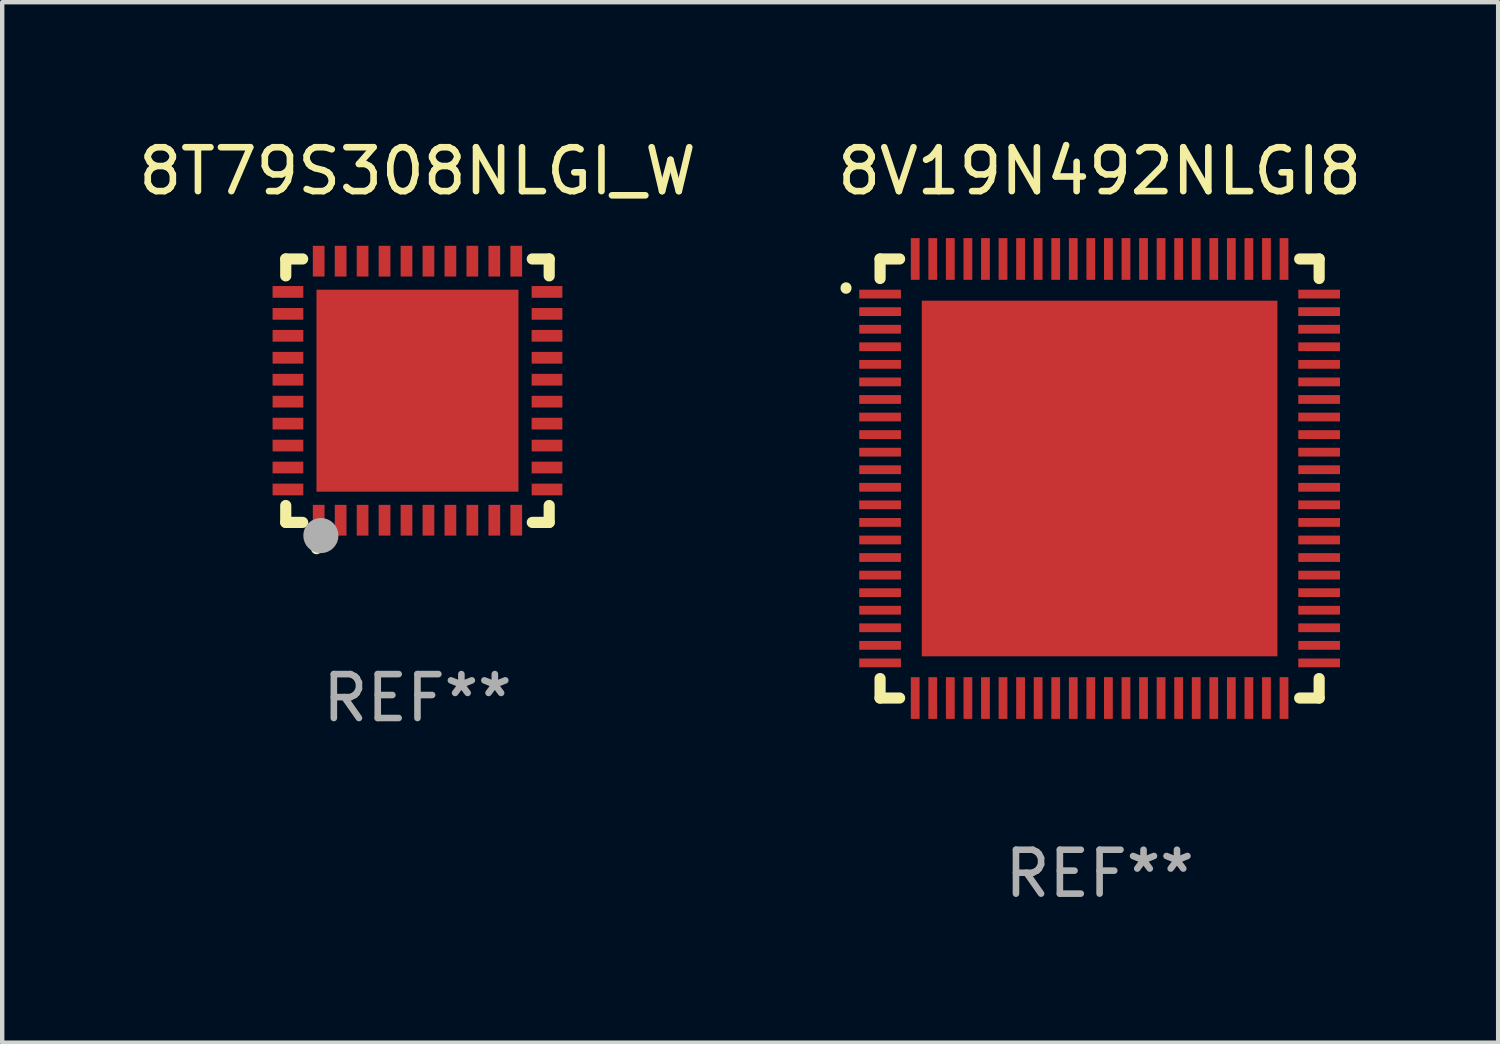
<source format=kicad_pcb>
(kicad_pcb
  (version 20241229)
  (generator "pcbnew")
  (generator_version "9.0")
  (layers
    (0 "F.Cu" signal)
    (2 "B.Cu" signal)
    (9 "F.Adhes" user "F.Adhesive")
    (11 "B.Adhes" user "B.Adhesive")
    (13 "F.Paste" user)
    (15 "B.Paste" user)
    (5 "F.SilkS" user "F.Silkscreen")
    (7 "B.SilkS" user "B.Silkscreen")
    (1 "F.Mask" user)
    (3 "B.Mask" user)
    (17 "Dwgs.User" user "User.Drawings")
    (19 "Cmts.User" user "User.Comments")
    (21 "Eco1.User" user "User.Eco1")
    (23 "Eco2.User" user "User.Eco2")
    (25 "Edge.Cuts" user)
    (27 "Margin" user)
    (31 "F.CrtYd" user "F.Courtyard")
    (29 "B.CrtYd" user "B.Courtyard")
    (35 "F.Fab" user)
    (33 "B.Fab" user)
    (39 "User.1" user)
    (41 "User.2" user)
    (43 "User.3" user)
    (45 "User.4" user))
  (footprint "8V19N492NLGI8"
    (layer "F.Cu")
    (at 21.994 7.848)
    (property "Reference" "8V19N492NLGI8" (at 0 -7 0) (layer "F.SilkS") (effects (font (size 1 1) (thickness 0.15))))
    (attr through_hole)
    (fp_line (start -5 -5) (end -5 -4.555) (stroke (width 0.254) (type solid)) (layer "F.SilkS"))
    (fp_line (start -5 -5) (end -4.555 -5) (stroke (width 0.254) (type solid)) (layer "F.SilkS"))
    (fp_line (start -5 4.556) (end -5 5) (stroke (width 0.254) (type solid)) (layer "F.SilkS"))
    (fp_line (start -4.555 5) (end -5 5) (stroke (width 0.254) (type solid)) (layer "F.SilkS"))
    (fp_line (start 4.556 -5) (end 5 -5) (stroke (width 0.254) (type solid)) (layer "F.SilkS"))
    (fp_line (start 5 -5) (end 5 -4.555) (stroke (width 0.254) (type solid)) (layer "F.SilkS"))
    (fp_line (start 5 4.556) (end 5 5) (stroke (width 0.254) (type solid)) (layer "F.SilkS"))
    (fp_line (start 5 5) (end 4.556 5) (stroke (width 0.254) (type solid)) (layer "F.SilkS"))
    (fp_arc (start -5.775934 -4.332042) (mid -5.775816 -4.337597) (end -5.775451 -4.343142) (stroke (width 0.249987) (type solid)) (layer "F.SilkS"))
    (fp_text user "REF**" (at 0 9 0) (layer "F.Fab") (effects (font (size 1 1) (thickness 0.15))))
    (pad "1" smd rect (at -5 -4.2 270) (size 0.2 0.95) (layers "F.Cu" "F.Mask" "F.Paste"))
    (pad "2" smd rect (at -5 -3.8 270) (size 0.2 0.95) (layers "F.Cu" "F.Mask" "F.Paste"))
    (pad "3" smd rect (at -5 -3.4 270) (size 0.2 0.95) (layers "F.Cu" "F.Mask" "F.Paste"))
    (pad "4" smd rect (at -5 -3 270) (size 0.2 0.95) (layers "F.Cu" "F.Mask" "F.Paste"))
    (pad "5" smd rect (at -5 -2.6 270) (size 0.2 0.95) (layers "F.Cu" "F.Mask" "F.Paste"))
    (pad "6" smd rect (at -5 -2.2 270) (size 0.2 0.95) (layers "F.Cu" "F.Mask" "F.Paste"))
    (pad "7" smd rect (at -5 -1.8 270) (size 0.2 0.95) (layers "F.Cu" "F.Mask" "F.Paste"))
    (pad "8" smd rect (at -5 -1.4 270) (size 0.2 0.95) (layers "F.Cu" "F.Mask" "F.Paste"))
    (pad "9" smd rect (at -5 -1 270) (size 0.2 0.95) (layers "F.Cu" "F.Mask" "F.Paste"))
    (pad "10" smd rect (at -5 -0.6 270) (size 0.2 0.95) (layers "F.Cu" "F.Mask" "F.Paste"))
    (pad "11" smd rect (at -5 -0.2 270) (size 0.2 0.95) (layers "F.Cu" "F.Mask" "F.Paste"))
    (pad "12" smd rect (at -5 0.2 270) (size 0.2 0.95) (layers "F.Cu" "F.Mask" "F.Paste"))
    (pad "13" smd rect (at -5 0.6 270) (size 0.2 0.95) (layers "F.Cu" "F.Mask" "F.Paste"))
    (pad "14" smd rect (at -5 1 270) (size 0.2 0.95) (layers "F.Cu" "F.Mask" "F.Paste"))
    (pad "15" smd rect (at -5 1.4 270) (size 0.2 0.95) (layers "F.Cu" "F.Mask" "F.Paste"))
    (pad "16" smd rect (at -5 1.8 270) (size 0.2 0.95) (layers "F.Cu" "F.Mask" "F.Paste"))
    (pad "17" smd rect (at -5 2.2 270) (size 0.2 0.95) (layers "F.Cu" "F.Mask" "F.Paste"))
    (pad "18" smd rect (at -5 2.6 270) (size 0.2 0.95) (layers "F.Cu" "F.Mask" "F.Paste"))
    (pad "19" smd rect (at -5 3 270) (size 0.2 0.95) (layers "F.Cu" "F.Mask" "F.Paste"))
    (pad "20" smd rect (at -5 3.4 270) (size 0.2 0.95) (layers "F.Cu" "F.Mask" "F.Paste"))
    (pad "21" smd rect (at -5 3.8 270) (size 0.2 0.95) (layers "F.Cu" "F.Mask" "F.Paste"))
    (pad "22" smd rect (at -5 4.2 270) (size 0.2 0.95) (layers "F.Cu" "F.Mask" "F.Paste"))
    (pad "23" smd rect (at -4.2 5 270) (size 0.95 0.2) (layers "F.Cu" "F.Mask" "F.Paste"))
    (pad "24" smd rect (at -3.8 5 270) (size 0.95 0.2) (layers "F.Cu" "F.Mask" "F.Paste"))
    (pad "25" smd rect (at -3.4 5 270) (size 0.95 0.2) (layers "F.Cu" "F.Mask" "F.Paste"))
    (pad "26" smd rect (at -3 5 270) (size 0.95 0.2) (layers "F.Cu" "F.Mask" "F.Paste"))
    (pad "27" smd rect (at -2.6 5 270) (size 0.95 0.2) (layers "F.Cu" "F.Mask" "F.Paste"))
    (pad "28" smd rect (at -2.2 5 270) (size 0.95 0.2) (layers "F.Cu" "F.Mask" "F.Paste"))
    (pad "29" smd rect (at -1.8 5 270) (size 0.95 0.2) (layers "F.Cu" "F.Mask" "F.Paste"))
    (pad "30" smd rect (at -1.4 5 270) (size 0.95 0.2) (layers "F.Cu" "F.Mask" "F.Paste"))
    (pad "31" smd rect (at -1 5 270) (size 0.95 0.2) (layers "F.Cu" "F.Mask" "F.Paste"))
    (pad "32" smd rect (at -0.6 5 270) (size 0.95 0.2) (layers "F.Cu" "F.Mask" "F.Paste"))
    (pad "33" smd rect (at -0.2 5 270) (size 0.95 0.2) (layers "F.Cu" "F.Mask" "F.Paste"))
    (pad "34" smd rect (at 0.2 5 270) (size 0.95 0.2) (layers "F.Cu" "F.Mask" "F.Paste"))
    (pad "35" smd rect (at 0.6 5 270) (size 0.95 0.2) (layers "F.Cu" "F.Mask" "F.Paste"))
    (pad "36" smd rect (at 1 5 270) (size 0.95 0.2) (layers "F.Cu" "F.Mask" "F.Paste"))
    (pad "37" smd rect (at 1.4 5 270) (size 0.95 0.2) (layers "F.Cu" "F.Mask" "F.Paste"))
    (pad "38" smd rect (at 1.8 5 270) (size 0.95 0.2) (layers "F.Cu" "F.Mask" "F.Paste"))
    (pad "39" smd rect (at 2.2 5 270) (size 0.95 0.2) (layers "F.Cu" "F.Mask" "F.Paste"))
    (pad "40" smd rect (at 2.6 5 270) (size 0.95 0.2) (layers "F.Cu" "F.Mask" "F.Paste"))
    (pad "41" smd rect (at 3 5 270) (size 0.95 0.2) (layers "F.Cu" "F.Mask" "F.Paste"))
    (pad "42" smd rect (at 3.4 5 270) (size 0.95 0.2) (layers "F.Cu" "F.Mask" "F.Paste"))
    (pad "43" smd rect (at 3.8 5 270) (size 0.95 0.2) (layers "F.Cu" "F.Mask" "F.Paste"))
    (pad "44" smd rect (at 4.2 5 270) (size 0.95 0.2) (layers "F.Cu" "F.Mask" "F.Paste"))
    (pad "45" smd rect (at 5 4.2 270) (size 0.2 0.95) (layers "F.Cu" "F.Mask" "F.Paste"))
    (pad "46" smd rect (at 5 3.8 270) (size 0.2 0.95) (layers "F.Cu" "F.Mask" "F.Paste"))
    (pad "47" smd rect (at 5 3.4 270) (size 0.2 0.95) (layers "F.Cu" "F.Mask" "F.Paste"))
    (pad "48" smd rect (at 5 3 270) (size 0.2 0.95) (layers "F.Cu" "F.Mask" "F.Paste"))
    (pad "49" smd rect (at 5 2.6 270) (size 0.2 0.95) (layers "F.Cu" "F.Mask" "F.Paste"))
    (pad "50" smd rect (at 5 2.2 270) (size 0.2 0.95) (layers "F.Cu" "F.Mask" "F.Paste"))
    (pad "51" smd rect (at 5 1.8 270) (size 0.2 0.95) (layers "F.Cu" "F.Mask" "F.Paste"))
    (pad "52" smd rect (at 5 1.4 270) (size 0.2 0.95) (layers "F.Cu" "F.Mask" "F.Paste"))
    (pad "53" smd rect (at 5 1 270) (size 0.2 0.95) (layers "F.Cu" "F.Mask" "F.Paste"))
    (pad "54" smd rect (at 5 0.6 270) (size 0.2 0.95) (layers "F.Cu" "F.Mask" "F.Paste"))
    (pad "55" smd rect (at 5 0.2 270) (size 0.2 0.95) (layers "F.Cu" "F.Mask" "F.Paste"))
    (pad "56" smd rect (at 5 -0.2 270) (size 0.2 0.95) (layers "F.Cu" "F.Mask" "F.Paste"))
    (pad "57" smd rect (at 5 -0.6 270) (size 0.2 0.95) (layers "F.Cu" "F.Mask" "F.Paste"))
    (pad "58" smd rect (at 5 -1 270) (size 0.2 0.95) (layers "F.Cu" "F.Mask" "F.Paste"))
    (pad "59" smd rect (at 5 -1.4 270) (size 0.2 0.95) (layers "F.Cu" "F.Mask" "F.Paste"))
    (pad "60" smd rect (at 5 -1.8 270) (size 0.2 0.95) (layers "F.Cu" "F.Mask" "F.Paste"))
    (pad "61" smd rect (at 5 -2.2 270) (size 0.2 0.95) (layers "F.Cu" "F.Mask" "F.Paste"))
    (pad "62" smd rect (at 5 -2.6 270) (size 0.2 0.95) (layers "F.Cu" "F.Mask" "F.Paste"))
    (pad "63" smd rect (at 5 -3 270) (size 0.2 0.95) (layers "F.Cu" "F.Mask" "F.Paste"))
    (pad "64" smd rect (at 5 -3.4 270) (size 0.2 0.95) (layers "F.Cu" "F.Mask" "F.Paste"))
    (pad "65" smd rect (at 5 -3.8 270) (size 0.2 0.95) (layers "F.Cu" "F.Mask" "F.Paste"))
    (pad "66" smd rect (at 5 -4.2 270) (size 0.2 0.95) (layers "F.Cu" "F.Mask" "F.Paste"))
    (pad "67" smd rect (at 4.2 -5 270) (size 0.95 0.2) (layers "F.Cu" "F.Mask" "F.Paste"))
    (pad "68" smd rect (at 3.8 -5 270) (size 0.95 0.2) (layers "F.Cu" "F.Mask" "F.Paste"))
    (pad "69" smd rect (at 3.4 -5 270) (size 0.95 0.2) (layers "F.Cu" "F.Mask" "F.Paste"))
    (pad "70" smd rect (at 3 -5 270) (size 0.95 0.2) (layers "F.Cu" "F.Mask" "F.Paste"))
    (pad "71" smd rect (at 2.6 -5 270) (size 0.95 0.2) (layers "F.Cu" "F.Mask" "F.Paste"))
    (pad "72" smd rect (at 2.2 -5 270) (size 0.95 0.2) (layers "F.Cu" "F.Mask" "F.Paste"))
    (pad "73" smd rect (at 1.8 -5 270) (size 0.95 0.2) (layers "F.Cu" "F.Mask" "F.Paste"))
    (pad "74" smd rect (at 1.4 -5 270) (size 0.95 0.2) (layers "F.Cu" "F.Mask" "F.Paste"))
    (pad "75" smd rect (at 1 -5 270) (size 0.95 0.2) (layers "F.Cu" "F.Mask" "F.Paste"))
    (pad "76" smd rect (at 0.6 -5 270) (size 0.95 0.2) (layers "F.Cu" "F.Mask" "F.Paste"))
    (pad "77" smd rect (at 0.2 -5 270) (size 0.95 0.2) (layers "F.Cu" "F.Mask" "F.Paste"))
    (pad "78" smd rect (at -0.2 -5 270) (size 0.95 0.2) (layers "F.Cu" "F.Mask" "F.Paste"))
    (pad "79" smd rect (at -0.6 -5 270) (size 0.95 0.2) (layers "F.Cu" "F.Mask" "F.Paste"))
    (pad "80" smd rect (at -1 -5 270) (size 0.95 0.2) (layers "F.Cu" "F.Mask" "F.Paste"))
    (pad "81" smd rect (at -1.4 -5 270) (size 0.95 0.2) (layers "F.Cu" "F.Mask" "F.Paste"))
    (pad "82" smd rect (at -1.8 -5 270) (size 0.95 0.2) (layers "F.Cu" "F.Mask" "F.Paste"))
    (pad "83" smd rect (at -2.2 -5 270) (size 0.95 0.2) (layers "F.Cu" "F.Mask" "F.Paste"))
    (pad "84" smd rect (at -2.6 -5 270) (size 0.95 0.2) (layers "F.Cu" "F.Mask" "F.Paste"))
    (pad "85" smd rect (at -3 -5 270) (size 0.95 0.2) (layers "F.Cu" "F.Mask" "F.Paste"))
    (pad "86" smd rect (at -3.4 -5 270) (size 0.95 0.2) (layers "F.Cu" "F.Mask" "F.Paste"))
    (pad "87" smd rect (at -3.8 -5 270) (size 0.95 0.2) (layers "F.Cu" "F.Mask" "F.Paste"))
    (pad "88" smd rect (at -4.2 -5 270) (size 0.95 0.2) (layers "F.Cu" "F.Mask" "F.Paste"))
    (pad "89" smd rect (at -0.000343 -0.000114 270) (size 8.1 8.1) (layers "F.Cu" "F.Mask" "F.Paste")))
  (footprint "8T79S308NLGI_W"
    (layer "F.Cu")
    (at 6.458 5.848)
    (property "Reference" "8T79S308NLGI_W" (at 0 -5 0) (layer "F.SilkS") (effects (font (size 1 1) (thickness 0.15))))
    (attr through_hole)
    (fp_line (start -3 -3) (end -2.615 -3) (stroke (width 0.254) (type solid)) (layer "F.SilkS"))
    (fp_line (start -3 -2.615) (end -3 -3) (stroke (width 0.254) (type solid)) (layer "F.SilkS"))
    (fp_line (start -3 3) (end -3 2.615) (stroke (width 0.254) (type solid)) (layer "F.SilkS"))
    (fp_line (start -2.615 3) (end -3 3) (stroke (width 0.254) (type solid)) (layer "F.SilkS"))
    (fp_line (start 2.615 -3) (end 3 -3) (stroke (width 0.254) (type solid)) (layer "F.SilkS"))
    (fp_line (start 3 -3) (end 3 -2.615) (stroke (width 0.254) (type solid)) (layer "F.SilkS"))
    (fp_line (start 3 2.615) (end 3 3) (stroke (width 0.254) (type solid)) (layer "F.SilkS"))
    (fp_line (start 3 3) (end 2.615 3) (stroke (width 0.254) (type solid)) (layer "F.SilkS"))
    (fp_arc (start -2.3 3.6) (mid -2.29873 3.599994) (end -2.29746 3.6) (stroke (width 0.24892) (type solid)) (layer "F.SilkS"))
    (fp_circle (center -3 3) (end -2.97 3) (stroke (width 0.06) (type solid)) (fill no) (layer "F.SilkS"))
    (fp_circle (center -2.2 3.3) (end -2 3.3) (stroke (width 0.4) (type solid)) (fill no) (layer "F.Fab"))
    (fp_text user "REF**" (at 0 7 0) (layer "F.Fab") (effects (font (size 1 1) (thickness 0.15))))
    (pad "1" smd rect (at -2.25 2.95) (size 0.267 0.7) (layers "F.Cu" "F.Mask" "F.Paste"))
    (pad "2" smd rect (at -1.75 2.95) (size 0.267 0.7) (layers "F.Cu" "F.Mask" "F.Paste"))
    (pad "3" smd rect (at -1.25 2.95) (size 0.267 0.7) (layers "F.Cu" "F.Mask" "F.Paste"))
    (pad "4" smd rect (at -0.75 2.95) (size 0.267 0.7) (layers "F.Cu" "F.Mask" "F.Paste"))
    (pad "5" smd rect (at -0.25 2.95) (size 0.267 0.7) (layers "F.Cu" "F.Mask" "F.Paste"))
    (pad "6" smd rect (at 0.25 2.95) (size 0.267 0.7) (layers "F.Cu" "F.Mask" "F.Paste"))
    (pad "7" smd rect (at 0.75 2.95) (size 0.267 0.7) (layers "F.Cu" "F.Mask" "F.Paste"))
    (pad "8" smd rect (at 1.25 2.95) (size 0.267 0.7) (layers "F.Cu" "F.Mask" "F.Paste"))
    (pad "9" smd rect (at 1.75 2.95) (size 0.267 0.7) (layers "F.Cu" "F.Mask" "F.Paste"))
    (pad "10" smd rect (at 2.25 2.95) (size 0.267 0.7) (layers "F.Cu" "F.Mask" "F.Paste"))
    (pad "11" smd rect (at 2.95 2.25) (size 0.7 0.267) (layers "F.Cu" "F.Mask" "F.Paste"))
    (pad "12" smd rect (at 2.95 1.75) (size 0.7 0.267) (layers "F.Cu" "F.Mask" "F.Paste"))
    (pad "13" smd rect (at 2.95 1.25) (size 0.7 0.267) (layers "F.Cu" "F.Mask" "F.Paste"))
    (pad "14" smd rect (at 2.95 0.75) (size 0.7 0.267) (layers "F.Cu" "F.Mask" "F.Paste"))
    (pad "15" smd rect (at 2.95 0.25) (size 0.7 0.267) (layers "F.Cu" "F.Mask" "F.Paste"))
    (pad "16" smd rect (at 2.95 -0.25) (size 0.7 0.267) (layers "F.Cu" "F.Mask" "F.Paste"))
    (pad "17" smd rect (at 2.95 -0.75) (size 0.7 0.267) (layers "F.Cu" "F.Mask" "F.Paste"))
    (pad "18" smd rect (at 2.95 -1.25) (size 0.7 0.267) (layers "F.Cu" "F.Mask" "F.Paste"))
    (pad "19" smd rect (at 2.95 -1.75) (size 0.7 0.267) (layers "F.Cu" "F.Mask" "F.Paste"))
    (pad "20" smd rect (at 2.95 -2.25) (size 0.7 0.267) (layers "F.Cu" "F.Mask" "F.Paste"))
    (pad "21" smd rect (at 2.25 -2.95) (size 0.267 0.7) (layers "F.Cu" "F.Mask" "F.Paste"))
    (pad "22" smd rect (at 1.75 -2.95) (size 0.267 0.7) (layers "F.Cu" "F.Mask" "F.Paste"))
    (pad "23" smd rect (at 1.25 -2.95) (size 0.267 0.7) (layers "F.Cu" "F.Mask" "F.Paste"))
    (pad "24" smd rect (at 0.75 -2.95) (size 0.267 0.7) (layers "F.Cu" "F.Mask" "F.Paste"))
    (pad "25" smd rect (at 0.25 -2.95) (size 0.267 0.7) (layers "F.Cu" "F.Mask" "F.Paste"))
    (pad "26" smd rect (at -0.25 -2.95) (size 0.267 0.7) (layers "F.Cu" "F.Mask" "F.Paste"))
    (pad "27" smd rect (at -0.75 -2.95) (size 0.267 0.7) (layers "F.Cu" "F.Mask" "F.Paste"))
    (pad "28" smd rect (at -1.25 -2.95) (size 0.267 0.7) (layers "F.Cu" "F.Mask" "F.Paste"))
    (pad "29" smd rect (at -1.75 -2.95) (size 0.267 0.7) (layers "F.Cu" "F.Mask" "F.Paste"))
    (pad "30" smd rect (at -2.25 -2.95) (size 0.267 0.7) (layers "F.Cu" "F.Mask" "F.Paste"))
    (pad "31" smd rect (at -2.95 -2.25) (size 0.7 0.267) (layers "F.Cu" "F.Mask" "F.Paste"))
    (pad "32" smd rect (at -2.95 -1.75) (size 0.7 0.267) (layers "F.Cu" "F.Mask" "F.Paste"))
    (pad "33" smd rect (at -2.95 -1.25) (size 0.7 0.267) (layers "F.Cu" "F.Mask" "F.Paste"))
    (pad "34" smd rect (at -2.95 -0.75) (size 0.7 0.267) (layers "F.Cu" "F.Mask" "F.Paste"))
    (pad "35" smd rect (at -2.95 -0.25) (size 0.7 0.267) (layers "F.Cu" "F.Mask" "F.Paste"))
    (pad "36" smd rect (at -2.95 0.25) (size 0.7 0.267) (layers "F.Cu" "F.Mask" "F.Paste"))
    (pad "37" smd rect (at -2.95 0.75) (size 0.7 0.267) (layers "F.Cu" "F.Mask" "F.Paste"))
    (pad "38" smd rect (at -2.95 1.25) (size 0.7 0.267) (layers "F.Cu" "F.Mask" "F.Paste"))
    (pad "39" smd rect (at -2.95 1.75) (size 0.7 0.267) (layers "F.Cu" "F.Mask" "F.Paste"))
    (pad "40" smd rect (at -2.95 2.25) (size 0.7 0.267) (layers "F.Cu" "F.Mask" "F.Paste"))
    (pad "41" smd rect (at 0.000102 0.000102) (size 4.6 4.6) (layers "F.Cu" "F.Mask" "F.Paste")))
  (gr_rect
    (start -3 -3)
    (end 31.071 20.697)
    (stroke (width 0.1) (type default))
    (fill no)
    (layer "Edge.Cuts")))
</source>
